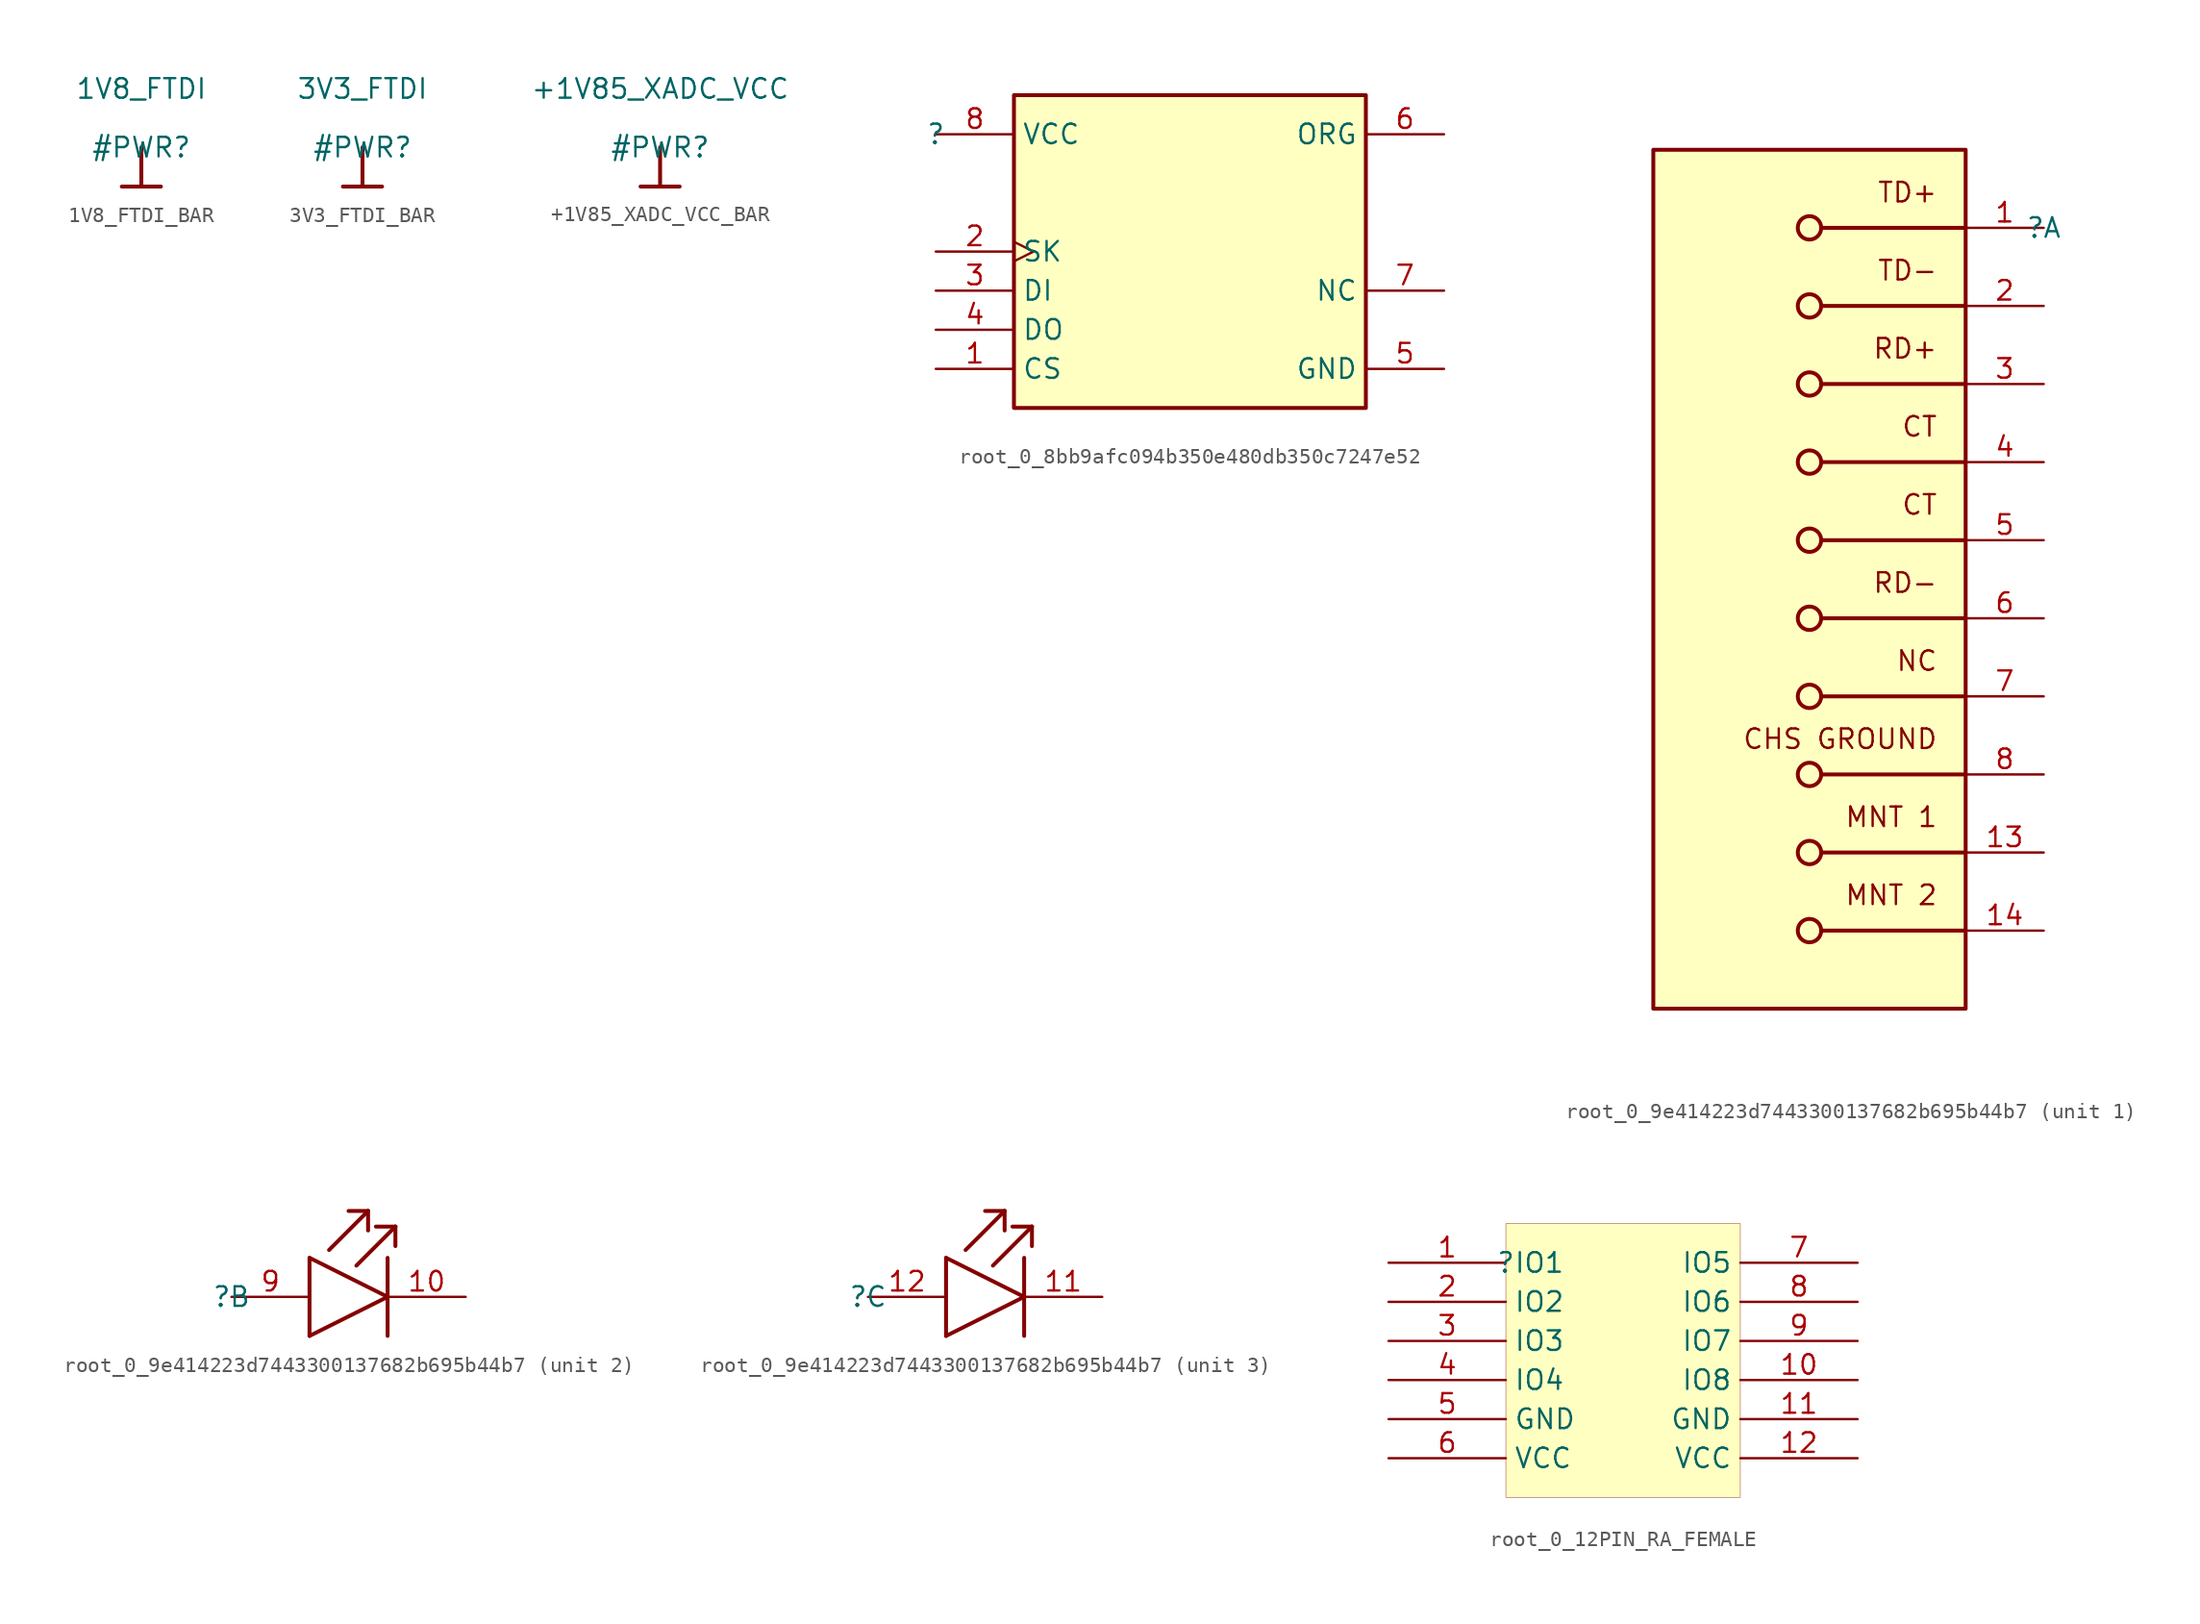
<source format=kicad_sym>
(kicad_symbol_lib
  (version 20231120)
  (generator "kicad_symbol_editor")
  (generator_version "8.0")
  (symbol "1V8_FTDI_BAR"
    (power)
    (property "Reference" "#PWR"
      (at 0 0 0)
      (effects (font (size 1.27 1.27))))
    (property "Value" "1V8_FTDI"
      (at 0 3.81 0)
      (effects (font (size 1.27 1.27))))
    (symbol "1V8_FTDI_BAR_0_0"
      (polyline (pts (xy -1.27 -2.54) (xy 1.27 -2.54)) (stroke (width 0.254) (type solid)) (fill (type none)))
      (polyline (pts (xy 0 0) (xy 0 -2.54)) (stroke (width 0.254) (type solid)) (fill (type none)))
      (pin power_in line (at 0 0 0) (length 0) hide (name "1V8_FTDI" (effects (font (size 1.27 1.27)))) (number "" (effects (font (size 1.27 1.27)))))))
  (symbol "3V3_FTDI_BAR"
    (power)
    (property "Reference" "#PWR"
      (at 0 0 0)
      (effects (font (size 1.27 1.27))))
    (property "Value" "3V3_FTDI"
      (at 0 3.81 0)
      (effects (font (size 1.27 1.27))))
    (symbol "3V3_FTDI_BAR_0_0"
      (polyline (pts (xy -1.27 -2.54) (xy 1.27 -2.54)) (stroke (width 0.254) (type solid)) (fill (type none)))
      (polyline (pts (xy 0 0) (xy 0 -2.54)) (stroke (width 0.254) (type solid)) (fill (type none)))
      (pin power_in line (at 0 0 0) (length 0) hide (name "3V3_FTDI" (effects (font (size 1.27 1.27)))) (number "" (effects (font (size 1.27 1.27)))))))
  (symbol "+1V85_XADC_VCC_BAR"
    (power)
    (property "Reference" "#PWR"
      (at 0 0 0)
      (effects (font (size 1.27 1.27))))
    (property "Value" "+1V85_XADC_VCC"
      (at 0 3.81 0)
      (effects (font (size 1.27 1.27))))
    (symbol "+1V85_XADC_VCC_BAR_0_0"
      (polyline (pts (xy -1.27 -2.54) (xy 1.27 -2.54)) (stroke (width 0.254) (type solid)) (fill (type none)))
      (polyline (pts (xy 0 0) (xy 0 -2.54)) (stroke (width 0.254) (type solid)) (fill (type none)))
      (pin power_in line (at 0 0 0) (length 0) hide (name "+1V85_XADC_VCC" (effects (font (size 1.27 1.27)))) (number "" (effects (font (size 1.27 1.27)))))))
  (symbol "root_0_8bb9afc094b350e480db350c7247e52"
    (property "Reference" ""
      (at 0 0 0)
      (effects (font (size 1.27 1.27))))
    (property "Value" ""
      (at 0 0 0)
      (effects (font (size 1.27 1.27))))
    (symbol "root_0_8bb9afc094b350e480db350c7247e52_1_0"
      (rectangle (start 27.94 2.54) (end 5.08 -17.78) (stroke (width 0.254) (type solid) (color 128 0 0 1)) (fill (type background)))
      (pin input line (at 0 -15.24 0) (length 5.08) (name "CS" (effects (font (size 1.27 1.27)))) (number "1" (effects (font (size 1.27 1.27)))))
      (pin input clock (at 0 -7.62 0) (length 5.08) (name "SK" (effects (font (size 1.27 1.27)))) (number "2" (effects (font (size 1.27 1.27)))))
      (pin input line (at 0 -10.16 0) (length 5.08) (name "DI" (effects (font (size 1.27 1.27)))) (number "3" (effects (font (size 1.27 1.27)))))
      (pin output line (at 0 -12.7 0) (length 5.08) (name "DO" (effects (font (size 1.27 1.27)))) (number "4" (effects (font (size 1.27 1.27)))))
      (pin power_in line (at 33.02 -15.24 180) (length 5.08) (name "GND" (effects (font (size 1.27 1.27)))) (number "5" (effects (font (size 1.27 1.27)))))
      (pin passive line (at 33.02 0 180) (length 5.08) (name "ORG" (effects (font (size 1.27 1.27)))) (number "6" (effects (font (size 1.27 1.27)))))
      (pin passive line (at 33.02 -10.16 180) (length 5.08) (name "NC" (effects (font (size 1.27 1.27)))) (number "7" (effects (font (size 1.27 1.27)))))
      (pin power_in line (at 0 0 0) (length 5.08) (name "VCC" (effects (font (size 1.27 1.27)))) (number "8" (effects (font (size 1.27 1.27)))))))
  (symbol "root_0_9e414223d7443300137682b695b44b7"
    (property "Reference" ""
      (at 0 0 0)
      (effects (font (size 1.27 1.27))))
    (property "Value" ""
      (at 0 0 0)
      (effects (font (size 1.27 1.27))))
    (symbol "root_0_9e414223d7443300137682b695b44b7_1_0"
      (circle (center -15.24 -45.72) (radius 0.762) (stroke (width 0.254) (type solid)) (fill (type none)))
      (circle (center -15.24 -40.64) (radius 0.762) (stroke (width 0.254) (type solid)) (fill (type none)))
      (circle (center -15.24 -35.56) (radius 0.762) (stroke (width 0.254) (type solid)) (fill (type none)))
      (circle (center -15.24 -30.48) (radius 0.762) (stroke (width 0.254) (type solid)) (fill (type none)))
      (circle (center -15.24 -25.4) (radius 0.762) (stroke (width 0.254) (type solid)) (fill (type none)))
      (circle (center -15.24 -20.32) (radius 0.762) (stroke (width 0.254) (type solid)) (fill (type none)))
      (circle (center -15.24 -15.24) (radius 0.762) (stroke (width 0.254) (type solid)) (fill (type none)))
      (circle (center -15.24 -10.16) (radius 0.762) (stroke (width 0.254) (type solid)) (fill (type none)))
      (circle (center -15.24 -5.08) (radius 0.762) (stroke (width 0.254) (type solid)) (fill (type none)))
      (circle (center -15.24 0) (radius 0.762) (stroke (width 0.254) (type solid)) (fill (type none)))
      (rectangle (start -5.08 5.08) (end -25.4 -50.8) (stroke (width 0.254) (type solid) (color 128 0 0 1)) (fill (type background)))
      (polyline (pts (xy -14.478 -45.72) (xy -5.08 -45.72)) (stroke (width 0.254) (type solid)) (fill (type none)))
      (polyline (pts (xy -14.478 -40.64) (xy -5.08 -40.64)) (stroke (width 0.254) (type solid)) (fill (type none)))
      (polyline (pts (xy -14.478 -35.56) (xy -5.08 -35.56)) (stroke (width 0.254) (type solid)) (fill (type none)))
      (polyline (pts (xy -14.478 -30.48) (xy -5.08 -30.48)) (stroke (width 0.254) (type solid)) (fill (type none)))
      (polyline (pts (xy -14.478 -25.4) (xy -5.08 -25.4)) (stroke (width 0.254) (type solid)) (fill (type none)))
      (polyline (pts (xy -14.478 -20.32) (xy -5.08 -20.32)) (stroke (width 0.254) (type solid)) (fill (type none)))
      (polyline (pts (xy -14.478 -15.24) (xy -5.08 -15.24)) (stroke (width 0.254) (type solid)) (fill (type none)))
      (polyline (pts (xy -14.478 -10.16) (xy -5.08 -10.16)) (stroke (width 0.254) (type solid)) (fill (type none)))
      (polyline (pts (xy -14.478 -5.08) (xy -5.08 -5.08)) (stroke (width 0.254) (type solid)) (fill (type none)))
      (polyline (pts (xy -14.478 0) (xy -5.08 0)) (stroke (width 0.254) (type solid)) (fill (type none)))
      (text "CHS GROUND" (at -6.858 -32.512 0) (effects (font (size 1.27 1.27)) (justify right top)))
      (text "CT" (at -6.858 -17.272 0) (effects (font (size 1.27 1.27)) (justify right top)))
      (text "CT" (at -6.858 -12.192 0) (effects (font (size 1.27 1.27)) (justify right top)))
      (text "MNT 1" (at -6.858 -37.592 0) (effects (font (size 1.27 1.27)) (justify right top)))
      (text "MNT 2" (at -6.858 -42.672 0) (effects (font (size 1.27 1.27)) (justify right top)))
      (text "NC" (at -6.858 -27.432 0) (effects (font (size 1.27 1.27)) (justify right top)))
      (text "RD+" (at -6.858 -7.112 0) (effects (font (size 1.27 1.27)) (justify right top)))
      (text "RD-" (at -6.858 -22.352 0) (effects (font (size 1.27 1.27)) (justify right top)))
      (text "TD+" (at -6.858 3.048 0) (effects (font (size 1.27 1.27)) (justify right top)))
      (text "TD-" (at -6.858 -2.032 0) (effects (font (size 1.27 1.27)) (justify right top)))
      (pin passive line (at 0 0 180) (length 5.08) (name "TD+" (effects (font (size 0 0)))) (number "1" (effects (font (size 1.27 1.27)))))
      (pin passive line (at 0 -40.64 180) (length 5.08) (name "MNT_1" (effects (font (size 0 0)))) (number "13" (effects (font (size 1.27 1.27)))))
      (pin passive line (at 0 -45.72 180) (length 5.08) (name "MNT_2" (effects (font (size 0 0)))) (number "14" (effects (font (size 1.27 1.27)))))
      (pin passive line (at 0 -5.08 180) (length 5.08) (name "TD-" (effects (font (size 0 0)))) (number "2" (effects (font (size 1.27 1.27)))))
      (pin passive line (at 0 -10.16 180) (length 5.08) (name "RD+" (effects (font (size 0 0)))) (number "3" (effects (font (size 1.27 1.27)))))
      (pin passive line (at 0 -15.24 180) (length 5.08) (name "CT" (effects (font (size 0 0)))) (number "4" (effects (font (size 1.27 1.27)))))
      (pin passive line (at 0 -20.32 180) (length 5.08) (name "CT" (effects (font (size 0 0)))) (number "5" (effects (font (size 1.27 1.27)))))
      (pin passive line (at 0 -25.4 180) (length 5.08) (name "RD-" (effects (font (size 0 0)))) (number "6" (effects (font (size 1.27 1.27)))))
      (pin passive line (at 0 -30.48 180) (length 5.08) (name "NC" (effects (font (size 0 0)))) (number "7" (effects (font (size 1.27 1.27)))))
      (pin passive line (at 0 -35.56 180) (length 5.08) (name "CHS_GROUND" (effects (font (size 0 0)))) (number "8" (effects (font (size 1.27 1.27))))))
    (symbol "root_0_9e414223d7443300137682b695b44b7_2_0"
      (polyline (pts (xy 5.08 -2.54) (xy 10.16 0)) (stroke (width 0.254) (type solid)) (fill (type none)))
      (polyline (pts (xy 5.08 2.54) (xy 5.08 -2.54)) (stroke (width 0.254) (type solid)) (fill (type none)))
      (polyline (pts (xy 5.08 2.54) (xy 10.16 0)) (stroke (width 0.254) (type solid)) (fill (type none)))
      (polyline (pts (xy 6.35 3.048) (xy 8.89 5.588)) (stroke (width 0.254) (type solid)) (fill (type none)))
      (polyline (pts (xy 8.128 2.032) (xy 10.668 4.572)) (stroke (width 0.254) (type solid)) (fill (type none)))
      (polyline (pts (xy 8.89 5.588) (xy 7.62 5.588)) (stroke (width 0.254) (type solid)) (fill (type none)))
      (polyline (pts (xy 8.89 5.588) (xy 8.89 4.318)) (stroke (width 0.254) (type solid)) (fill (type none)))
      (polyline (pts (xy 10.16 2.54) (xy 10.16 -2.54)) (stroke (width 0.254) (type solid)) (fill (type none)))
      (polyline (pts (xy 10.668 4.572) (xy 9.398 4.572)) (stroke (width 0.254) (type solid)) (fill (type none)))
      (polyline (pts (xy 10.668 4.572) (xy 10.668 3.302)) (stroke (width 0.254) (type solid)) (fill (type none)))
      (pin passive line (at 15.24 0 180) (length 5.08) (name "GREEN_C" (effects (font (size 0 0)))) (number "10" (effects (font (size 1.27 1.27)))))
      (pin passive line (at 0 0 0) (length 5.08) (name "GREEN_A" (effects (font (size 0 0)))) (number "9" (effects (font (size 1.27 1.27))))))
    (symbol "root_0_9e414223d7443300137682b695b44b7_3_0"
      (polyline (pts (xy 5.08 -2.54) (xy 10.16 0)) (stroke (width 0.254) (type solid)) (fill (type none)))
      (polyline (pts (xy 5.08 2.54) (xy 5.08 -2.54)) (stroke (width 0.254) (type solid)) (fill (type none)))
      (polyline (pts (xy 5.08 2.54) (xy 10.16 0)) (stroke (width 0.254) (type solid)) (fill (type none)))
      (polyline (pts (xy 6.35 3.048) (xy 8.89 5.588)) (stroke (width 0.254) (type solid)) (fill (type none)))
      (polyline (pts (xy 8.128 2.032) (xy 10.668 4.572)) (stroke (width 0.254) (type solid)) (fill (type none)))
      (polyline (pts (xy 8.89 5.588) (xy 7.62 5.588)) (stroke (width 0.254) (type solid)) (fill (type none)))
      (polyline (pts (xy 8.89 5.588) (xy 8.89 4.318)) (stroke (width 0.254) (type solid)) (fill (type none)))
      (polyline (pts (xy 10.16 2.54) (xy 10.16 -2.54)) (stroke (width 0.254) (type solid)) (fill (type none)))
      (polyline (pts (xy 10.668 4.572) (xy 9.398 4.572)) (stroke (width 0.254) (type solid)) (fill (type none)))
      (polyline (pts (xy 10.668 4.572) (xy 10.668 3.302)) (stroke (width 0.254) (type solid)) (fill (type none)))
      (pin passive line (at 15.24 0 180) (length 5.08) (name "YELLOW_CATHODE" (effects (font (size 0 0)))) (number "11" (effects (font (size 1.27 1.27)))))
      (pin passive line (at 0 0 0) (length 5.08) (name "YELLOW_ANODE" (effects (font (size 0 0)))) (number "12" (effects (font (size 1.27 1.27)))))))
  (symbol "root_0_12PIN_RA_FEMALE"
    (property "Reference" ""
      (at 0 0 0)
      (effects (font (size 1.27 1.27))))
    (property "Value" ""
      (at 0 0 0)
      (effects (font (size 1.27 1.27))))
    (symbol "root_0_12PIN_RA_FEMALE_1_0"
      (rectangle (start 15.24 2.54) (end 0 -15.24) (stroke (width 0.025) (type solid) (color 128 0 0 1)) (fill (type background)))
      (pin passive line (at -7.62 0 0) (length 7.62) (name "IO1" (effects (font (size 1.27 1.27)))) (number "1" (effects (font (size 1.27 1.27)))))
      (pin passive line (at 22.86 -7.62 180) (length 7.62) (name "IO8" (effects (font (size 1.27 1.27)))) (number "10" (effects (font (size 1.27 1.27)))))
      (pin passive line (at 22.86 -10.16 180) (length 7.62) (name "GND" (effects (font (size 1.27 1.27)))) (number "11" (effects (font (size 1.27 1.27)))))
      (pin passive line (at 22.86 -12.7 180) (length 7.62) (name "VCC" (effects (font (size 1.27 1.27)))) (number "12" (effects (font (size 1.27 1.27)))))
      (pin passive line (at -7.62 -2.54 0) (length 7.62) (name "IO2" (effects (font (size 1.27 1.27)))) (number "2" (effects (font (size 1.27 1.27)))))
      (pin passive line (at -7.62 -5.08 0) (length 7.62) (name "IO3" (effects (font (size 1.27 1.27)))) (number "3" (effects (font (size 1.27 1.27)))))
      (pin passive line (at -7.62 -7.62 0) (length 7.62) (name "IO4" (effects (font (size 1.27 1.27)))) (number "4" (effects (font (size 1.27 1.27)))))
      (pin passive line (at -7.62 -10.16 0) (length 7.62) (name "GND" (effects (font (size 1.27 1.27)))) (number "5" (effects (font (size 1.27 1.27)))))
      (pin passive line (at -7.62 -12.7 0) (length 7.62) (name "VCC" (effects (font (size 1.27 1.27)))) (number "6" (effects (font (size 1.27 1.27)))))
      (pin passive line (at 22.86 0 180) (length 7.62) (name "IO5" (effects (font (size 1.27 1.27)))) (number "7" (effects (font (size 1.27 1.27)))))
      (pin passive line (at 22.86 -2.54 180) (length 7.62) (name "IO6" (effects (font (size 1.27 1.27)))) (number "8" (effects (font (size 1.27 1.27)))))
      (pin passive line (at 22.86 -5.08 180) (length 7.62) (name "IO7" (effects (font (size 1.27 1.27)))) (number "9" (effects (font (size 1.27 1.27))))))))
</source>
